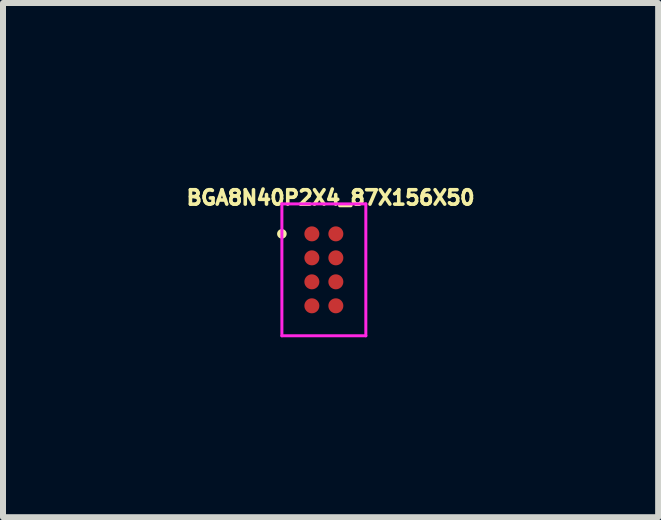
<source format=kicad_pcb>
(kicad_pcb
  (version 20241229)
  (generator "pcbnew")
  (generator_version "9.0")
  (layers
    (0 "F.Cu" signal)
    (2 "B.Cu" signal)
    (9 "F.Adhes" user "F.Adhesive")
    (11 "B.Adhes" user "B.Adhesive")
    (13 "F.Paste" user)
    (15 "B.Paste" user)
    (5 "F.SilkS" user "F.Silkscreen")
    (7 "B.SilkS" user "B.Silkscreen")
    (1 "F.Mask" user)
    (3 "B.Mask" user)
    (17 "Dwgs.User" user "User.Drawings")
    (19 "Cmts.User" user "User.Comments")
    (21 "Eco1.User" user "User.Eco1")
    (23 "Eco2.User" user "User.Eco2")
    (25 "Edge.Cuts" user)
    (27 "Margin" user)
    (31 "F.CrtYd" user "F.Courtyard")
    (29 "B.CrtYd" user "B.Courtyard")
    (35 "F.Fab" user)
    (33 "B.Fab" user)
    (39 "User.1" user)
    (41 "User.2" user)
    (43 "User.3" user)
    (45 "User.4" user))
  (footprint "BGA8N40P2X4_87X156X50"
    (layer "F.Cu")
    (at 2.351 1.45)
    (property "Reference" "BGA8N40P2X4_87X156X50" (at 0.112 -1.204 0) (layer "F.SilkS") (effects (font (size 0.24 0.24) (thickness 0.15))))
    (attr through_hole)
    (fp_circle (center -0.2 -0.6) (end -0.01 -0.6) (stroke (width 0) (type solid)) (fill yes) (layer "F.Mask"))
    (fp_circle (center -0.2 -0.2) (end -0.01 -0.2) (stroke (width 0) (type solid)) (fill yes) (layer "F.Mask"))
    (fp_circle (center -0.2 0.2) (end -0.01 0.2) (stroke (width 0) (type solid)) (fill yes) (layer "F.Mask"))
    (fp_circle (center -0.2 0.6) (end -0.01 0.6) (stroke (width 0) (type solid)) (fill yes) (layer "F.Mask"))
    (fp_circle (center 0.2 -0.6) (end 0.39 -0.6) (stroke (width 0) (type solid)) (fill yes) (layer "F.Mask"))
    (fp_circle (center 0.2 -0.2) (end 0.39 -0.2) (stroke (width 0) (type solid)) (fill yes) (layer "F.Mask"))
    (fp_circle (center 0.2 0.2) (end 0.39 0.2) (stroke (width 0) (type solid)) (fill yes) (layer "F.Mask"))
    (fp_circle (center 0.2 0.6) (end 0.39 0.6) (stroke (width 0) (type solid)) (fill yes) (layer "F.Mask"))
    (fp_circle (center -0.7 -0.6) (end -0.62 -0.6) (stroke (width 0) (type solid)) (fill yes) (layer "F.SilkS"))
    (fp_line (start -0.7 -1.1) (end -0.7 1.1) (stroke (width 0.05) (type solid)) (layer "F.CrtYd"))
    (fp_line (start -0.7 1.1) (end 0.7 1.1) (stroke (width 0.05) (type solid)) (layer "F.CrtYd"))
    (fp_line (start 0.7 -1.1) (end -0.7 -1.1) (stroke (width 0.05) (type solid)) (layer "F.CrtYd"))
    (fp_line (start 0.7 1.1) (end 0.7 -1.1) (stroke (width 0.05) (type solid)) (layer "F.CrtYd"))
    (pad "A1" smd circle (at -0.2 -0.6) (size 0.25 0.25) (layers "F.Cu" "F.Paste"))
    (pad "A2" smd circle (at 0.2 -0.6) (size 0.25 0.25) (layers "F.Cu" "F.Paste"))
    (pad "B1" smd circle (at -0.2 -0.2) (size 0.25 0.25) (layers "F.Cu" "F.Paste"))
    (pad "B2" smd circle (at 0.2 -0.2) (size 0.25 0.25) (layers "F.Cu" "F.Paste"))
    (pad "C1" smd circle (at -0.2 0.2) (size 0.25 0.25) (layers "F.Cu" "F.Paste"))
    (pad "C2" smd circle (at 0.2 0.2) (size 0.25 0.25) (layers "F.Cu" "F.Paste"))
    (pad "D1" smd circle (at -0.2 0.6) (size 0.25 0.25) (layers "F.Cu" "F.Paste"))
    (pad "D2" smd circle (at 0.2 0.6) (size 0.25 0.25) (layers "F.Cu" "F.Paste")))
  (gr_rect
    (start -3 -3)
    (end 7.926 5.575)
    (stroke (width 0.1) (type default))
    (fill no)
    (layer "Edge.Cuts")))
</source>
